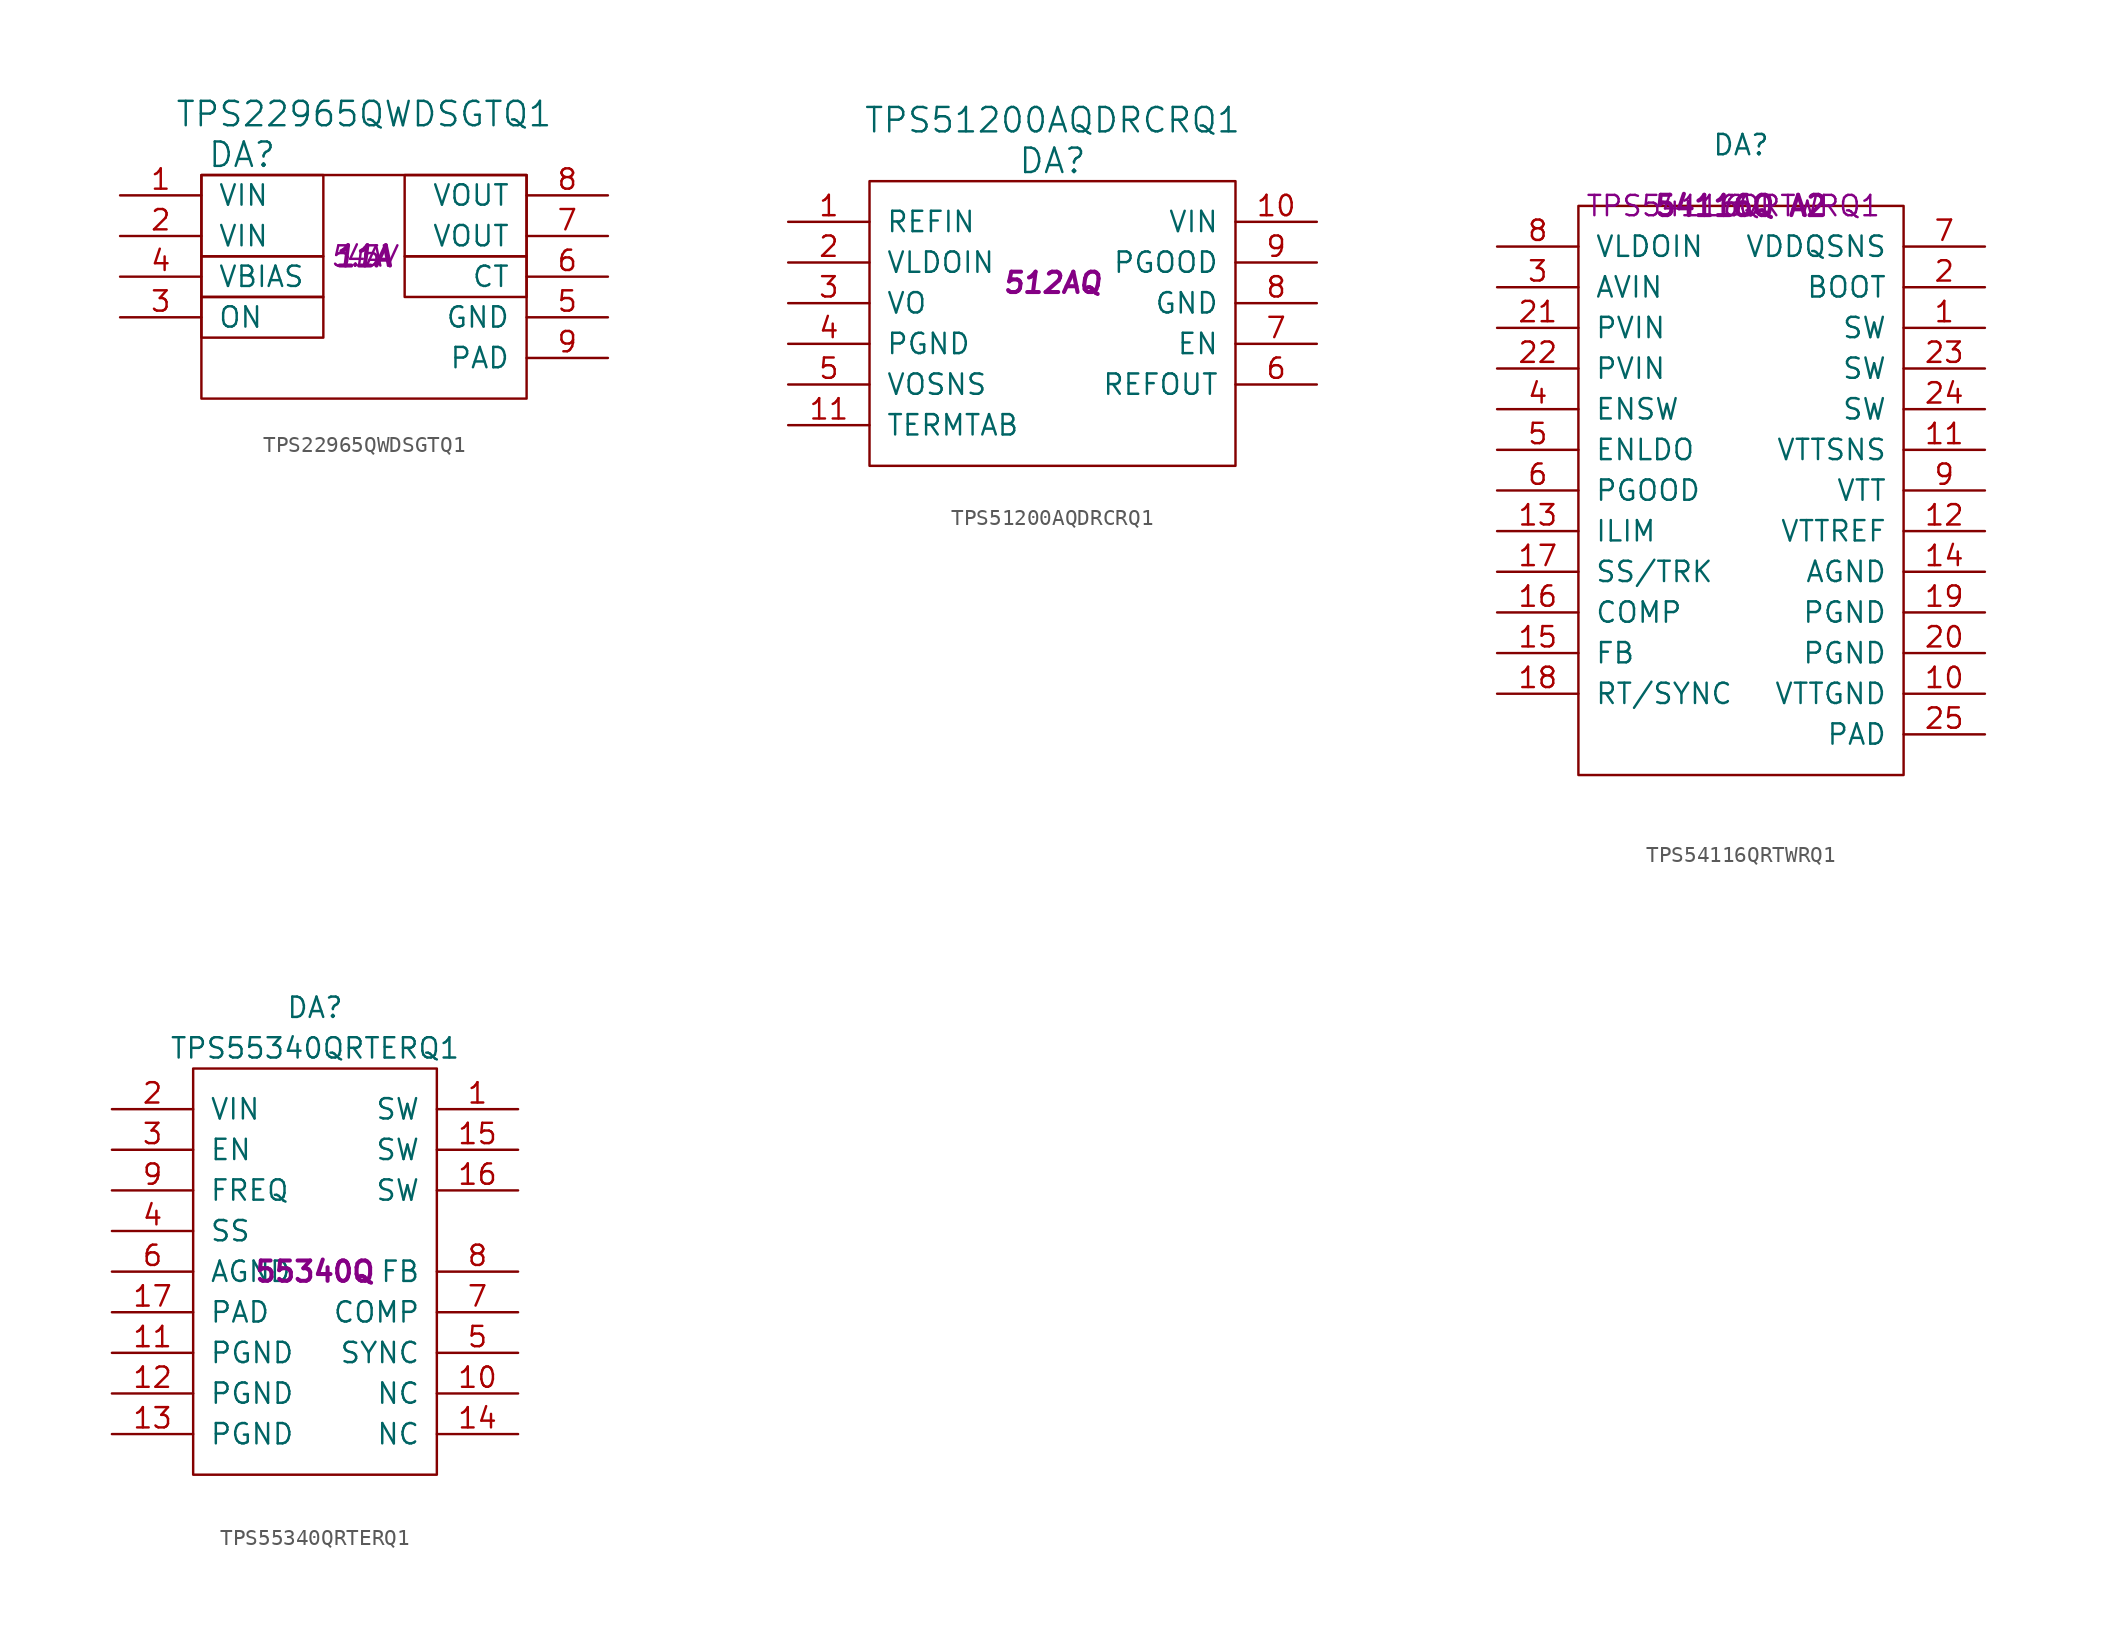
<source format=kicad_sym>
(kicad_symbol_lib
  (version 20211014)
  (generator kicad_symbol_editor)
  (symbol "TPS22965QWDSGTQ1"
    (pin_names
      (offset 1.016))
    (property "Reference" "DA"
      (at -7.62 6.35 0)
      (effects (font (size 1.524 1.524))))
    (property "Value" "TPS22965QWDSGTQ1"
      (at 0 8.89 0)
      (effects (font (size 1.524 1.524))))
    (property "Mark" "11A"
      (at 0 0 0)
      (effects (font (size 1.27 1.27) bold italic)))
    (property "Vmax" "5.5V"
      (at 0 0 0)
      (effects (font (size 1.27 1.27) italic)))
    (property "Imax" "4A"
      (at 0 0 0)
      (effects (font (size 1.27 1.27) italic)))
    (symbol "TPS22965QWDSGTQ1_0_1"
      (rectangle (start -10.16 -2.54) (end -2.54 -5.08) (stroke (width 0) (type default) (color 0 0 0 0)) (fill (type none)))
      (rectangle (start -10.16 0) (end -2.54 -2.54) (stroke (width 0) (type default) (color 0 0 0 0)) (fill (type none)))
      (rectangle (start -10.16 5.08) (end -2.54 0) (stroke (width 0) (type default) (color 0 0 0 0)) (fill (type none)))
      (rectangle (start -10.16 5.08) (end 10.16 -8.89) (stroke (width 0) (type default) (color 0 0 0 0)) (fill (type none)))
      (rectangle (start 2.54 0) (end 10.16 -2.54) (stroke (width 0) (type default) (color 0 0 0 0)) (fill (type none)))
      (rectangle (start 2.54 5.08) (end 10.16 0) (stroke (width 0) (type default) (color 0 0 0 0)) (fill (type none))))
    (symbol "TPS22965QWDSGTQ1_1_1"
      (pin passive line (at -15.24 3.81 0) (length 5.08) (name "VIN" (effects (font (size 1.27 1.27)))) (number "1" (effects (font (size 1.27 1.27)))))
      (pin passive line (at -15.24 1.27 0) (length 5.08) (name "VIN" (effects (font (size 1.27 1.27)))) (number "2" (effects (font (size 1.27 1.27)))))
      (pin passive line (at -15.24 -3.81 0) (length 5.08) (name "ON" (effects (font (size 1.27 1.27)))) (number "3" (effects (font (size 1.27 1.27)))))
      (pin passive line (at -15.24 -1.27 0) (length 5.08) (name "VBIAS" (effects (font (size 1.27 1.27)))) (number "4" (effects (font (size 1.27 1.27)))))
      (pin passive line (at 15.24 -3.81 180) (length 5.08) (name "GND" (effects (font (size 1.27 1.27)))) (number "5" (effects (font (size 1.27 1.27)))))
      (pin passive line (at 15.24 -1.27 180) (length 5.08) (name "CT" (effects (font (size 1.27 1.27)))) (number "6" (effects (font (size 1.27 1.27)))))
      (pin passive line (at 15.24 1.27 180) (length 5.08) (name "VOUT" (effects (font (size 1.27 1.27)))) (number "7" (effects (font (size 1.27 1.27)))))
      (pin passive line (at 15.24 3.81 180) (length 5.08) (name "VOUT" (effects (font (size 1.27 1.27)))) (number "8" (effects (font (size 1.27 1.27)))))
      (pin passive line (at 15.24 -6.35 180) (length 5.08) (name "PAD" (effects (font (size 1.27 1.27)))) (number "9" (effects (font (size 1.27 1.27)))))))
  (symbol "TPS51200AQDRCRQ1"
    (pin_names
      (offset 1.016))
    (property "Reference" "DA"
      (at 0 7.62 0)
      (effects (font (size 1.524 1.524))))
    (property "Value" "TPS51200AQDRCRQ1"
      (at 0 10.16 0)
      (effects (font (size 1.524 1.524))))
    (property "Mark" "512AQ"
      (at 0 0 0)
      (effects (font (size 1.27 1.27) bold italic)))
    (symbol "TPS51200AQDRCRQ1_0_1"
      (rectangle (start -11.43 6.35) (end 11.43 -11.43) (stroke (width 0) (type default) (color 0 0 0 0)) (fill (type none))))
    (symbol "TPS51200AQDRCRQ1_1_1"
      (pin passive line (at -16.51 3.81 0) (length 5.08) (name "REFIN" (effects (font (size 1.27 1.27)))) (number "1" (effects (font (size 1.27 1.27)))))
      (pin passive line (at 16.51 3.81 180) (length 5.08) (name "VIN" (effects (font (size 1.27 1.27)))) (number "10" (effects (font (size 1.27 1.27)))))
      (pin passive line (at -16.51 -8.89 0) (length 5.08) (name "TERMTAB" (effects (font (size 1.27 1.27)))) (number "11" (effects (font (size 1.27 1.27)))))
      (pin passive line (at -16.51 1.27 0) (length 5.08) (name "VLDOIN" (effects (font (size 1.27 1.27)))) (number "2" (effects (font (size 1.27 1.27)))))
      (pin passive line (at -16.51 -1.27 0) (length 5.08) (name "VO" (effects (font (size 1.27 1.27)))) (number "3" (effects (font (size 1.27 1.27)))))
      (pin passive line (at -16.51 -3.81 0) (length 5.08) (name "PGND" (effects (font (size 1.27 1.27)))) (number "4" (effects (font (size 1.27 1.27)))))
      (pin passive line (at -16.51 -6.35 0) (length 5.08) (name "VOSNS" (effects (font (size 1.27 1.27)))) (number "5" (effects (font (size 1.27 1.27)))))
      (pin passive line (at 16.51 -6.35 180) (length 5.08) (name "REFOUT" (effects (font (size 1.27 1.27)))) (number "6" (effects (font (size 1.27 1.27)))))
      (pin passive line (at 16.51 -3.81 180) (length 5.08) (name "EN" (effects (font (size 1.27 1.27)))) (number "7" (effects (font (size 1.27 1.27)))))
      (pin passive line (at 16.51 -1.27 180) (length 5.08) (name "GND" (effects (font (size 1.27 1.27)))) (number "8" (effects (font (size 1.27 1.27)))))
      (pin passive line (at 16.51 1.27 180) (length 5.08) (name "PGOOD" (effects (font (size 1.27 1.27)))) (number "9" (effects (font (size 1.27 1.27)))))))
  (symbol "TPS54116QRTWRQ1"
    (pin_names
      (offset 1.016))
    (property "Reference" "DA"
      (at 0 3.81 0)
      (effects (font (size 1.27 1.27))))
    (property "p/n" "TPS54116QRTWRQ1 "
      (at 0 0 0)
      (effects (font (size 1.27 1.27))))
    (property "Vmax" "6V"
      (at 0 0 0)
      (effects (font (size 1.27 1.27) italic)))
    (property "Mark" "54116Q A2"
      (at 0 0 0)
      (effects (font (size 1.27 1.27) bold)))
    (symbol "TPS54116QRTWRQ1_0_1"
      (rectangle (start -10.16 0) (end 10.16 -35.56) (stroke (width 0) (type default) (color 0 0 0 0)) (fill (type none))))
    (symbol "TPS54116QRTWRQ1_1_1"
      (pin passive line (at 15.24 -7.62 180) (length 5.08) (name "SW" (effects (font (size 1.27 1.27)))) (number "1" (effects (font (size 1.27 1.27)))))
      (pin passive line (at 15.24 -30.48 180) (length 5.08) (name "VTTGND" (effects (font (size 1.27 1.27)))) (number "10" (effects (font (size 1.27 1.27)))))
      (pin passive line (at 15.24 -15.24 180) (length 5.08) (name "VTTSNS" (effects (font (size 1.27 1.27)))) (number "11" (effects (font (size 1.27 1.27)))))
      (pin passive line (at 15.24 -20.32 180) (length 5.08) (name "VTTREF" (effects (font (size 1.27 1.27)))) (number "12" (effects (font (size 1.27 1.27)))))
      (pin passive line (at -15.24 -20.32 0) (length 5.08) (name "ILIM" (effects (font (size 1.27 1.27)))) (number "13" (effects (font (size 1.27 1.27)))))
      (pin passive line (at 15.24 -22.86 180) (length 5.08) (name "AGND" (effects (font (size 1.27 1.27)))) (number "14" (effects (font (size 1.27 1.27)))))
      (pin passive line (at -15.24 -27.94 0) (length 5.08) (name "FB" (effects (font (size 1.27 1.27)))) (number "15" (effects (font (size 1.27 1.27)))))
      (pin passive line (at -15.24 -25.4 0) (length 5.08) (name "COMP" (effects (font (size 1.27 1.27)))) (number "16" (effects (font (size 1.27 1.27)))))
      (pin passive line (at -15.24 -22.86 0) (length 5.08) (name "SS/TRK" (effects (font (size 1.27 1.27)))) (number "17" (effects (font (size 1.27 1.27)))))
      (pin passive line (at -15.24 -30.48 0) (length 5.08) (name "RT/SYNC" (effects (font (size 1.27 1.27)))) (number "18" (effects (font (size 1.27 1.27)))))
      (pin passive line (at 15.24 -25.4 180) (length 5.08) (name "PGND" (effects (font (size 1.27 1.27)))) (number "19" (effects (font (size 1.27 1.27)))))
      (pin passive line (at 15.24 -5.08 180) (length 5.08) (name "BOOT" (effects (font (size 1.27 1.27)))) (number "2" (effects (font (size 1.27 1.27)))))
      (pin passive line (at 15.24 -27.94 180) (length 5.08) (name "PGND" (effects (font (size 1.27 1.27)))) (number "20" (effects (font (size 1.27 1.27)))))
      (pin passive line (at -15.24 -7.62 0) (length 5.08) (name "PVIN" (effects (font (size 1.27 1.27)))) (number "21" (effects (font (size 1.27 1.27)))))
      (pin passive line (at -15.24 -10.16 0) (length 5.08) (name "PVIN" (effects (font (size 1.27 1.27)))) (number "22" (effects (font (size 1.27 1.27)))))
      (pin passive line (at 15.24 -10.16 180) (length 5.08) (name "SW" (effects (font (size 1.27 1.27)))) (number "23" (effects (font (size 1.27 1.27)))))
      (pin passive line (at 15.24 -12.7 180) (length 5.08) (name "SW" (effects (font (size 1.27 1.27)))) (number "24" (effects (font (size 1.27 1.27)))))
      (pin passive line (at 15.24 -33.02 180) (length 5.08) (name "PAD" (effects (font (size 1.27 1.27)))) (number "25" (effects (font (size 1.27 1.27)))))
      (pin passive line (at -15.24 -5.08 0) (length 5.08) (name "AVIN" (effects (font (size 1.27 1.27)))) (number "3" (effects (font (size 1.27 1.27)))))
      (pin passive line (at -15.24 -12.7 0) (length 5.08) (name "ENSW" (effects (font (size 1.27 1.27)))) (number "4" (effects (font (size 1.27 1.27)))))
      (pin passive line (at -15.24 -15.24 0) (length 5.08) (name "ENLDO" (effects (font (size 1.27 1.27)))) (number "5" (effects (font (size 1.27 1.27)))))
      (pin passive line (at -15.24 -17.78 0) (length 5.08) (name "PGOOD" (effects (font (size 1.27 1.27)))) (number "6" (effects (font (size 1.27 1.27)))))
      (pin passive line (at 15.24 -2.54 180) (length 5.08) (name "VDDQSNS" (effects (font (size 1.27 1.27)))) (number "7" (effects (font (size 1.27 1.27)))))
      (pin passive line (at -15.24 -2.54 0) (length 5.08) (name "VLDOIN" (effects (font (size 1.27 1.27)))) (number "8" (effects (font (size 1.27 1.27)))))
      (pin passive line (at 15.24 -17.78 180) (length 5.08) (name "VTT" (effects (font (size 1.27 1.27)))) (number "9" (effects (font (size 1.27 1.27)))))))
  (symbol "TPS55340QRTERQ1"
    (pin_names
      (offset 1.016))
    (property "Reference" "DA"
      (at 0 16.51 0)
      (effects (font (size 1.27 1.27))))
    (property "Value" "TPS55340QRTERQ1"
      (at 0 13.97 0)
      (effects (font (size 1.27 1.27))))
    (property "Mark" "55340Q"
      (at 0 0 0)
      (effects (font (size 1.27 1.27) bold)))
    (symbol "TPS55340QRTERQ1_0_1"
      (rectangle (start -7.62 12.7) (end 7.62 -12.7) (stroke (width 0) (type default) (color 0 0 0 0)) (fill (type none))))
    (symbol "TPS55340QRTERQ1_1_1"
      (pin passive line (at 12.7 10.16 180) (length 5.08) (name "SW" (effects (font (size 1.27 1.27)))) (number "1" (effects (font (size 1.27 1.27)))))
      (pin passive line (at 12.7 -7.62 180) (length 5.08) (name "NC" (effects (font (size 1.27 1.27)))) (number "10" (effects (font (size 1.27 1.27)))))
      (pin passive line (at -12.7 -5.08 0) (length 5.08) (name "PGND" (effects (font (size 1.27 1.27)))) (number "11" (effects (font (size 1.27 1.27)))))
      (pin passive line (at -12.7 -7.62 0) (length 5.08) (name "PGND" (effects (font (size 1.27 1.27)))) (number "12" (effects (font (size 1.27 1.27)))))
      (pin passive line (at -12.7 -10.16 0) (length 5.08) (name "PGND" (effects (font (size 1.27 1.27)))) (number "13" (effects (font (size 1.27 1.27)))))
      (pin passive line (at 12.7 -10.16 180) (length 5.08) (name "NC" (effects (font (size 1.27 1.27)))) (number "14" (effects (font (size 1.27 1.27)))))
      (pin passive line (at 12.7 7.62 180) (length 5.08) (name "SW" (effects (font (size 1.27 1.27)))) (number "15" (effects (font (size 1.27 1.27)))))
      (pin passive line (at 12.7 5.08 180) (length 5.08) (name "SW" (effects (font (size 1.27 1.27)))) (number "16" (effects (font (size 1.27 1.27)))))
      (pin passive line (at -12.7 -2.54 0) (length 5.08) (name "PAD" (effects (font (size 1.27 1.27)))) (number "17" (effects (font (size 1.27 1.27)))))
      (pin passive line (at -12.7 10.16 0) (length 5.08) (name "VIN" (effects (font (size 1.27 1.27)))) (number "2" (effects (font (size 1.27 1.27)))))
      (pin passive line (at -12.7 7.62 0) (length 5.08) (name "EN" (effects (font (size 1.27 1.27)))) (number "3" (effects (font (size 1.27 1.27)))))
      (pin passive line (at -12.7 2.54 0) (length 5.08) (name "SS" (effects (font (size 1.27 1.27)))) (number "4" (effects (font (size 1.27 1.27)))))
      (pin passive line (at 12.7 -5.08 180) (length 5.08) (name "SYNC" (effects (font (size 1.27 1.27)))) (number "5" (effects (font (size 1.27 1.27)))))
      (pin passive line (at -12.7 0 0) (length 5.08) (name "AGND" (effects (font (size 1.27 1.27)))) (number "6" (effects (font (size 1.27 1.27)))))
      (pin passive line (at 12.7 -2.54 180) (length 5.08) (name "COMP" (effects (font (size 1.27 1.27)))) (number "7" (effects (font (size 1.27 1.27)))))
      (pin passive line (at 12.7 0 180) (length 5.08) (name "FB" (effects (font (size 1.27 1.27)))) (number "8" (effects (font (size 1.27 1.27)))))
      (pin passive line (at -12.7 5.08 0) (length 5.08) (name "FREQ" (effects (font (size 1.27 1.27)))) (number "9" (effects (font (size 1.27 1.27))))))))
</source>
